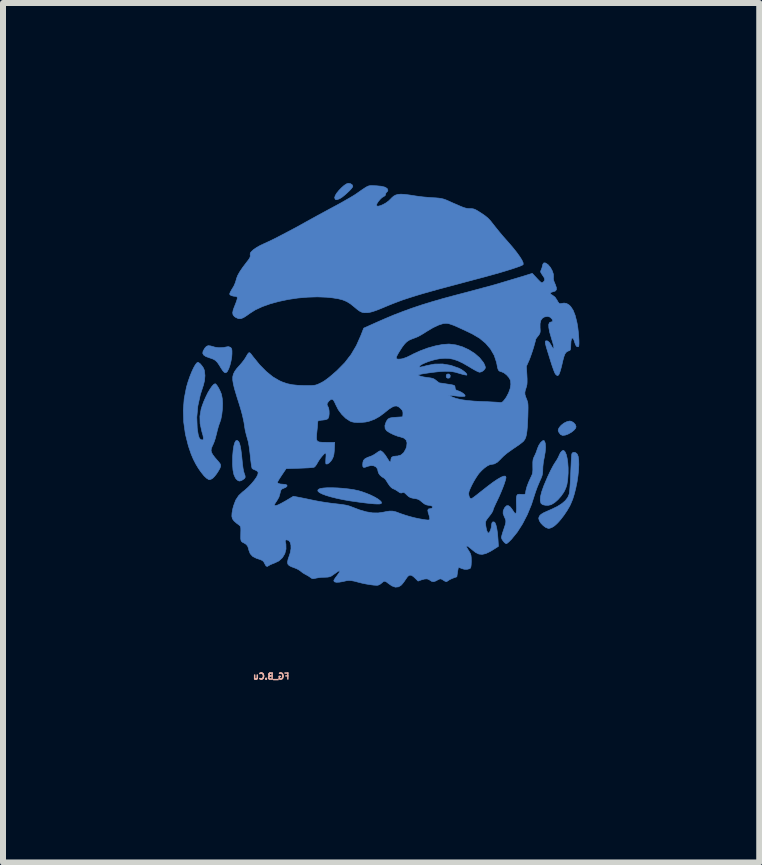
<source format=kicad_pcb>
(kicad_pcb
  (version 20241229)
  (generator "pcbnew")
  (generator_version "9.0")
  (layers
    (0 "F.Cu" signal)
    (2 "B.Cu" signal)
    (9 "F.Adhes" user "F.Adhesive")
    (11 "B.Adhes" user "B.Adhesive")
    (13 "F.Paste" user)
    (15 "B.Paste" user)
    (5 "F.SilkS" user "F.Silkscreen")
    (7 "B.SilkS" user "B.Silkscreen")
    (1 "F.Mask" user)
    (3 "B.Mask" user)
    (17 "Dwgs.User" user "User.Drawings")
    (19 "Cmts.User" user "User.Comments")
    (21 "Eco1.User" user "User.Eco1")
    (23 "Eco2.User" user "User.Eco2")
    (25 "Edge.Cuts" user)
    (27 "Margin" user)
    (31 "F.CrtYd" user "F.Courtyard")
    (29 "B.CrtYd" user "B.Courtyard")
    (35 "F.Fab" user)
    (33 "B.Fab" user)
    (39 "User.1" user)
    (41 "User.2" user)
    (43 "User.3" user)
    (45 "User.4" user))
  (footprint "FG_B.Cu"
    (layer "F.Cu")
    (at 3.351 3.167)
    (property "Reference" "FG_B.Cu" (at -1.88 5.055 180) (layer "B.SilkS") (effects (font (size 0.1 0.1) (thickness 0.025)) (justify mirror)))
    (attr board_only exclude_from_pos_files exclude_from_bom)
    (fp_poly (pts (xy 1.041 0.026) (xy 1.035 0.051) (xy 1.042 0.077) (xy 1.064 0.087) (xy 1.09 0.082) (xy 1.1 0.071) (xy 1.103 0.039) (xy 1.088 0.019) (xy 1.064 0.015) (xy 1.041 0.026)) (stroke (width 0.01) (type solid)) (fill yes) (layer "B.Cu"))
    (fp_poly (pts (xy 3.049 0.81) (xy 2.998 0.835) (xy 2.952 0.871) (xy 2.921 0.907) (xy 2.905 0.937) (xy 2.902 0.959) (xy 2.911 0.983) (xy 2.914 0.988) (xy 2.94 1.024) (xy 2.975 1.04) (xy 3.02 1.035) (xy 3.067 1.018) (xy 3.121 0.988) (xy 3.164 0.954) (xy 3.192 0.921) (xy 3.2 0.896) (xy 3.189 0.861) (xy 3.161 0.829) (xy 3.124 0.806) (xy 3.095 0.8) (xy 3.049 0.81)) (stroke (width 0.01) (type solid)) (fill yes) (layer "B.Cu"))
    (fp_poly (pts (xy -0.625 -3.153) (xy -0.665 -3.127) (xy -0.708 -3.089) (xy -0.75 -3.046) (xy -0.787 -3.001) (xy -0.813 -2.959) (xy -0.823 -2.925) (xy -0.823 -2.919) (xy -0.813 -2.894) (xy -0.789 -2.888) (xy -0.75 -2.901) (xy -0.734 -2.909) (xy -0.699 -2.931) (xy -0.658 -2.964) (xy -0.615 -3.002) (xy -0.575 -3.04) (xy -0.543 -3.075) (xy -0.524 -3.102) (xy -0.521 -3.113) (xy -0.532 -3.138) (xy -0.56 -3.156) (xy -0.594 -3.162) (xy -0.625 -3.153)) (stroke (width 0.01) (type solid)) (fill yes) (layer "B.Cu"))
    (fp_poly (pts (xy -2.47 1.129) (xy -2.488 1.16) (xy -2.503 1.212) (xy -2.515 1.287) (xy -2.523 1.381) (xy -2.524 1.404) (xy -2.525 1.521) (xy -2.518 1.618) (xy -2.502 1.695) (xy -2.477 1.75) (xy -2.463 1.768) (xy -2.433 1.794) (xy -2.407 1.801) (xy -2.375 1.791) (xy -2.353 1.778) (xy -2.325 1.758) (xy -2.314 1.736) (xy -2.318 1.706) (xy -2.331 1.671) (xy -2.34 1.639) (xy -2.35 1.589) (xy -2.358 1.529) (xy -2.363 1.482) (xy -2.374 1.371) (xy -2.385 1.284) (xy -2.397 1.218) (xy -2.409 1.172) (xy -2.423 1.143) (xy -2.425 1.14) (xy -2.449 1.123) (xy -2.47 1.129)) (stroke (width 0.01) (type solid)) (fill yes) (layer "B.Cu"))
    (fp_poly (pts (xy -0.945 1.912) (xy -1.013 1.917) (xy -1.063 1.925) (xy -1.083 1.933) (xy -1.104 1.951) (xy -1.101 1.971) (xy -1.076 1.993) (xy -1.031 2.016) (xy -0.967 2.04) (xy -0.887 2.064) (xy -0.79 2.088) (xy -0.681 2.111) (xy -0.559 2.132) (xy -0.426 2.151) (xy -0.318 2.165) (xy -0.226 2.175) (xy -0.157 2.181) (xy -0.107 2.183) (xy -0.073 2.182) (xy -0.053 2.177) (xy -0.043 2.169) (xy -0.045 2.15) (xy -0.068 2.125) (xy -0.107 2.096) (xy -0.161 2.065) (xy -0.224 2.034) (xy -0.294 2.005) (xy -0.367 1.979) (xy -0.427 1.961) (xy -0.503 1.945) (xy -0.59 1.932) (xy -0.682 1.922) (xy -0.775 1.915) (xy -0.864 1.912) (xy -0.945 1.912)) (stroke (width 0.01) (type solid)) (fill yes) (layer "B.Cu"))
    (fp_poly (pts (xy -2.959 -0.445) (xy -2.983 -0.42) (xy -2.99 -0.41) (xy -3.016 -0.365) (xy -3.022 -0.329) (xy -3.007 -0.3) (xy -2.97 -0.275) (xy -2.909 -0.253) (xy -2.894 -0.248) (xy -2.849 -0.232) (xy -2.812 -0.211) (xy -2.78 -0.179) (xy -2.747 -0.132) (xy -2.72 -0.087) (xy -2.687 -0.037) (xy -2.661 -0.01) (xy -2.639 -0.004) (xy -2.617 -0.019) (xy -2.611 -0.028) (xy -2.589 -0.07) (xy -2.568 -0.13) (xy -2.551 -0.198) (xy -2.539 -0.267) (xy -2.535 -0.32) (xy -2.535 -0.369) (xy -2.539 -0.399) (xy -2.549 -0.417) (xy -2.559 -0.427) (xy -2.589 -0.439) (xy -2.61 -0.438) (xy -2.679 -0.425) (xy -2.752 -0.422) (xy -2.819 -0.431) (xy -2.839 -0.437) (xy -2.893 -0.452) (xy -2.931 -0.456) (xy -2.959 -0.445)) (stroke (width 0.01) (type solid)) (fill yes) (layer "B.Cu"))
    (fp_poly (pts (xy 2.978 1.292) (xy 2.963 1.301) (xy 2.941 1.326) (xy 2.922 1.362) (xy 2.92 1.368) (xy 2.903 1.406) (xy 2.878 1.451) (xy 2.863 1.473) (xy 2.822 1.538) (xy 2.776 1.625) (xy 2.726 1.73) (xy 2.676 1.848) (xy 2.662 1.881) (xy 2.627 1.98) (xy 2.607 2.061) (xy 2.603 2.123) (xy 2.614 2.168) (xy 2.62 2.177) (xy 2.647 2.195) (xy 2.688 2.204) (xy 2.737 2.205) (xy 2.782 2.195) (xy 2.791 2.191) (xy 2.843 2.159) (xy 2.898 2.111) (xy 2.95 2.052) (xy 2.994 1.989) (xy 3.009 1.962) (xy 3.032 1.909) (xy 3.048 1.856) (xy 3.058 1.792) (xy 3.062 1.756) (xy 3.068 1.668) (xy 3.068 1.58) (xy 3.062 1.495) (xy 3.051 1.419) (xy 3.036 1.357) (xy 3.017 1.315) (xy 3.012 1.308) (xy 2.994 1.29) (xy 2.978 1.292)) (stroke (width 0.01) (type solid)) (fill yes) (layer "B.Cu"))
    (fp_poly (pts (xy 3.14 1.33) (xy 3.131 1.343) (xy 3.127 1.362) (xy 3.124 1.402) (xy 3.12 1.46) (xy 3.117 1.531) (xy 3.113 1.613) (xy 3.111 1.664) (xy 3.107 1.752) (xy 3.103 1.834) (xy 3.098 1.907) (xy 3.093 1.965) (xy 3.088 2.004) (xy 3.086 2.016) (xy 3.062 2.073) (xy 3.022 2.126) (xy 2.965 2.175) (xy 2.888 2.224) (xy 2.788 2.272) (xy 2.729 2.298) (xy 2.662 2.328) (xy 2.617 2.355) (xy 2.59 2.383) (xy 2.579 2.413) (xy 2.578 2.426) (xy 2.589 2.463) (xy 2.616 2.505) (xy 2.654 2.544) (xy 2.695 2.574) (xy 2.735 2.589) (xy 2.746 2.59) (xy 2.768 2.585) (xy 2.8 2.573) (xy 2.8 2.573) (xy 2.843 2.545) (xy 2.893 2.499) (xy 2.946 2.439) (xy 3 2.368) (xy 3.051 2.292) (xy 3.096 2.214) (xy 3.112 2.18) (xy 3.144 2.103) (xy 3.172 2.013) (xy 3.196 1.915) (xy 3.217 1.814) (xy 3.232 1.712) (xy 3.242 1.615) (xy 3.246 1.526) (xy 3.244 1.45) (xy 3.235 1.389) (xy 3.22 1.352) (xy 3.195 1.329) (xy 3.165 1.321) (xy 3.14 1.33)) (stroke (width 0.01) (type solid)) (fill yes) (layer "B.Cu"))
    (fp_poly (pts (xy 2.641 1.131) (xy 2.61 1.158) (xy 2.58 1.204) (xy 2.556 1.26) (xy 2.551 1.276) (xy 2.537 1.318) (xy 2.516 1.366) (xy 2.507 1.384) (xy 2.492 1.417) (xy 2.483 1.448) (xy 2.479 1.487) (xy 2.479 1.54) (xy 2.479 1.557) (xy 2.48 1.614) (xy 2.477 1.654) (xy 2.47 1.687) (xy 2.455 1.721) (xy 2.443 1.746) (xy 2.408 1.823) (xy 2.38 1.898) (xy 2.363 1.964) (xy 2.36 1.988) (xy 2.356 2.01) (xy 2.347 2.02) (xy 2.326 2.023) (xy 2.289 2.022) (xy 2.25 2.02) (xy 2.228 2.024) (xy 2.216 2.037) (xy 2.211 2.049) (xy 2.206 2.076) (xy 2.204 2.12) (xy 2.205 2.173) (xy 2.206 2.194) (xy 2.208 2.255) (xy 2.206 2.302) (xy 2.201 2.33) (xy 2.2 2.331) (xy 2.192 2.341) (xy 2.181 2.338) (xy 2.165 2.319) (xy 2.141 2.282) (xy 2.105 2.234) (xy 2.073 2.211) (xy 2.044 2.211) (xy 2.017 2.236) (xy 2.006 2.251) (xy 1.986 2.297) (xy 1.984 2.34) (xy 2.002 2.39) (xy 2.007 2.4) (xy 2.021 2.432) (xy 2.029 2.459) (xy 2.029 2.488) (xy 2.021 2.526) (xy 2.004 2.578) (xy 1.994 2.608) (xy 1.977 2.659) (xy 1.964 2.704) (xy 1.957 2.735) (xy 1.956 2.742) (xy 1.964 2.768) (xy 1.984 2.799) (xy 2.008 2.827) (xy 2.031 2.843) (xy 2.038 2.845) (xy 2.054 2.836) (xy 2.081 2.813) (xy 2.115 2.779) (xy 2.125 2.769) (xy 2.22 2.652) (xy 2.308 2.514) (xy 2.388 2.359) (xy 2.457 2.191) (xy 2.502 2.051) (xy 2.525 1.98) (xy 2.553 1.903) (xy 2.583 1.831) (xy 2.593 1.808) (xy 2.618 1.752) (xy 2.634 1.709) (xy 2.642 1.672) (xy 2.645 1.632) (xy 2.645 1.613) (xy 2.647 1.56) (xy 2.654 1.495) (xy 2.665 1.431) (xy 2.668 1.419) (xy 2.685 1.321) (xy 2.692 1.238) (xy 2.687 1.174) (xy 2.68 1.15) (xy 2.668 1.127) (xy 2.653 1.125) (xy 2.641 1.131)) (stroke (width 0.01) (type solid)) (fill yes) (layer "B.Cu"))
    (fp_poly (pts (xy -3.124 -0.166) (xy -3.148 -0.133) (xy -3.176 -0.083) (xy -3.206 -0.018) (xy -3.236 0.057) (xy -3.265 0.14) (xy -3.291 0.227) (xy -3.295 0.244) (xy -3.331 0.428) (xy -3.346 0.621) (xy -3.339 0.819) (xy -3.311 1.019) (xy -3.261 1.217) (xy -3.214 1.354) (xy -3.179 1.436) (xy -3.138 1.516) (xy -3.093 1.591) (xy -3.046 1.657) (xy -3.001 1.713) (xy -2.959 1.753) (xy -2.924 1.775) (xy -2.909 1.778) (xy -2.883 1.77) (xy -2.855 1.753) (xy -2.826 1.724) (xy -2.792 1.681) (xy -2.761 1.633) (xy -2.736 1.589) (xy -2.725 1.559) (xy -2.724 1.534) (xy -2.734 1.509) (xy -2.76 1.477) (xy -2.766 1.47) (xy -2.818 1.41) (xy -2.854 1.363) (xy -2.875 1.325) (xy -2.883 1.291) (xy -2.878 1.256) (xy -2.862 1.216) (xy -2.85 1.192) (xy -2.832 1.149) (xy -2.813 1.092) (xy -2.797 1.03) (xy -2.792 1.012) (xy -2.778 0.953) (xy -2.762 0.896) (xy -2.748 0.852) (xy -2.743 0.841) (xy -2.72 0.773) (xy -2.704 0.689) (xy -2.694 0.598) (xy -2.691 0.507) (xy -2.697 0.424) (xy -2.71 0.356) (xy -2.712 0.349) (xy -2.731 0.303) (xy -2.754 0.256) (xy -2.778 0.216) (xy -2.8 0.188) (xy -2.815 0.178) (xy -2.838 0.189) (xy -2.868 0.221) (xy -2.901 0.269) (xy -2.937 0.329) (xy -2.971 0.399) (xy -3.004 0.473) (xy -3.032 0.548) (xy -3.049 0.603) (xy -3.069 0.721) (xy -3.066 0.842) (xy -3.038 0.969) (xy -3.036 0.978) (xy -3.018 1.04) (xy -3.011 1.082) (xy -3.013 1.106) (xy -3.026 1.116) (xy -3.038 1.115) (xy -3.062 1.105) (xy -3.081 1.079) (xy -3.096 1.034) (xy -3.107 0.969) (xy -3.114 0.919) (xy -3.121 0.738) (xy -3.104 0.551) (xy -3.062 0.36) (xy -3.011 0.203) (xy -2.992 0.126) (xy -2.985 0.043) (xy -2.993 -0.034) (xy -2.997 -0.051) (xy -3.013 -0.088) (xy -3.039 -0.125) (xy -3.067 -0.157) (xy -3.094 -0.176) (xy -3.104 -0.178) (xy -3.124 -0.166)) (stroke (width 0.01) (type solid)) (fill yes) (layer "B.Cu"))
    (fp_poly (pts (xy -0.239 -3.122) (xy -0.264 -3.116) (xy -0.291 -3.103) (xy -0.325 -3.082) (xy -0.37 -3.052) (xy -0.43 -3.01) (xy -0.461 -2.988) (xy -0.501 -2.962) (xy -0.559 -2.927) (xy -0.629 -2.887) (xy -0.707 -2.842) (xy -0.789 -2.797) (xy -0.821 -2.78) (xy -0.914 -2.73) (xy -1.015 -2.675) (xy -1.117 -2.62) (xy -1.213 -2.567) (xy -1.294 -2.522) (xy -1.302 -2.518) (xy -1.436 -2.443) (xy -1.567 -2.373) (xy -1.691 -2.308) (xy -1.804 -2.249) (xy -1.904 -2.2) (xy -1.987 -2.162) (xy -2.011 -2.151) (xy -2.068 -2.124) (xy -2.124 -2.092) (xy -2.169 -2.062) (xy -2.18 -2.053) (xy -2.213 -2.022) (xy -2.229 -2) (xy -2.232 -1.978) (xy -2.23 -1.967) (xy -2.23 -1.944) (xy -2.238 -1.92) (xy -2.259 -1.887) (xy -2.287 -1.851) (xy -2.354 -1.763) (xy -2.404 -1.689) (xy -2.439 -1.627) (xy -2.459 -1.575) (xy -2.463 -1.558) (xy -2.478 -1.508) (xy -2.499 -1.458) (xy -2.508 -1.441) (xy -2.54 -1.389) (xy -2.56 -1.353) (xy -2.57 -1.33) (xy -2.573 -1.316) (xy -2.569 -1.307) (xy -2.565 -1.302) (xy -2.544 -1.29) (xy -2.509 -1.281) (xy -2.498 -1.28) (xy -2.464 -1.276) (xy -2.449 -1.267) (xy -2.446 -1.249) (xy -2.446 -1.245) (xy -2.452 -1.218) (xy -2.466 -1.177) (xy -2.485 -1.128) (xy -2.49 -1.116) (xy -2.514 -1.053) (xy -2.523 -1.005) (xy -2.517 -0.97) (xy -2.495 -0.942) (xy -2.473 -0.927) (xy -2.427 -0.906) (xy -2.385 -0.906) (xy -2.343 -0.923) (xy -2.312 -0.942) (xy -2.271 -0.97) (xy -2.241 -0.992) (xy -2.147 -1.052) (xy -2.031 -1.106) (xy -1.899 -1.153) (xy -1.753 -1.193) (xy -1.597 -1.226) (xy -1.436 -1.25) (xy -1.273 -1.264) (xy -1.111 -1.269) (xy -0.955 -1.263) (xy -0.86 -1.253) (xy -0.764 -1.238) (xy -0.687 -1.218) (xy -0.622 -1.191) (xy -0.562 -1.154) (xy -0.502 -1.106) (xy -0.447 -1.06) (xy -0.405 -1.03) (xy -0.367 -1.012) (xy -0.329 -1.005) (xy -0.284 -1.006) (xy -0.273 -1.006) (xy -0.235 -1.012) (xy -0.189 -1.024) (xy -0.133 -1.043) (xy -0.061 -1.071) (xy 0.013 -1.102) (xy 0.085 -1.132) (xy 0.155 -1.16) (xy 0.226 -1.187) (xy 0.298 -1.214) (xy 0.376 -1.24) (xy 0.46 -1.267) (xy 0.553 -1.296) (xy 0.657 -1.327) (xy 0.774 -1.36) (xy 0.906 -1.397) (xy 1.056 -1.437) (xy 1.225 -1.482) (xy 1.415 -1.533) (xy 1.505 -1.557) (xy 1.66 -1.598) (xy 1.802 -1.637) (xy 1.93 -1.673) (xy 2.043 -1.707) (xy 2.139 -1.737) (xy 2.216 -1.763) (xy 2.273 -1.784) (xy 2.308 -1.8) (xy 2.319 -1.809) (xy 2.318 -1.837) (xy 2.298 -1.882) (xy 2.261 -1.941) (xy 2.209 -2.013) (xy 2.14 -2.099) (xy 2.057 -2.195) (xy 2.033 -2.222) (xy 1.979 -2.283) (xy 1.923 -2.35) (xy 1.871 -2.414) (xy 1.829 -2.467) (xy 1.822 -2.476) (xy 1.774 -2.537) (xy 1.73 -2.583) (xy 1.681 -2.623) (xy 1.642 -2.65) (xy 1.585 -2.687) (xy 1.544 -2.712) (xy 1.513 -2.728) (xy 1.487 -2.736) (xy 1.46 -2.74) (xy 1.428 -2.74) (xy 1.404 -2.741) (xy 1.381 -2.744) (xy 1.354 -2.75) (xy 1.32 -2.761) (xy 1.277 -2.778) (xy 1.22 -2.803) (xy 1.145 -2.835) (xy 1.079 -2.865) (xy 1.033 -2.885) (xy 0.994 -2.899) (xy 0.956 -2.908) (xy 0.912 -2.915) (xy 0.854 -2.92) (xy 0.806 -2.922) (xy 0.73 -2.928) (xy 0.65 -2.935) (xy 0.577 -2.944) (xy 0.527 -2.951) (xy 0.425 -2.967) (xy 0.344 -2.977) (xy 0.281 -2.981) (xy 0.232 -2.977) (xy 0.193 -2.966) (xy 0.16 -2.948) (xy 0.129 -2.921) (xy 0.113 -2.904) (xy 0.076 -2.868) (xy 0.033 -2.836) (xy -0.013 -2.81) (xy -0.056 -2.791) (xy -0.093 -2.781) (xy -0.118 -2.783) (xy -0.127 -2.798) (xy -0.118 -2.824) (xy -0.096 -2.859) (xy -0.066 -2.894) (xy -0.035 -2.924) (xy -0.011 -2.938) (xy 0.018 -2.957) (xy 0.025 -2.98) (xy 0.033 -3.005) (xy 0.044 -3.014) (xy 0.06 -3.032) (xy 0.064 -3.047) (xy 0.051 -3.076) (xy 0.015 -3.098) (xy -0.046 -3.113) (xy -0.13 -3.121) (xy -0.14 -3.121) (xy -0.181 -3.123) (xy -0.213 -3.124) (xy -0.239 -3.122)) (stroke (width 0.01) (type solid)) (fill yes) (layer "B.Cu"))
    (fp_poly (pts (xy 2.647 -1.814) (xy 2.641 -1.791) (xy 2.631 -1.751) (xy 2.617 -1.716) (xy 2.617 -1.716) (xy 2.609 -1.696) (xy 2.612 -1.677) (xy 2.628 -1.65) (xy 2.64 -1.632) (xy 2.668 -1.59) (xy 2.678 -1.561) (xy 2.672 -1.537) (xy 2.654 -1.517) (xy 2.641 -1.507) (xy 2.629 -1.504) (xy 2.614 -1.512) (xy 2.59 -1.534) (xy 2.555 -1.57) (xy 2.549 -1.577) (xy 2.47 -1.661) (xy 2.33 -1.617) (xy 1.853 -1.474) (xy 1.397 -1.351) (xy 1.175 -1.293) (xy 0.975 -1.239) (xy 0.793 -1.186) (xy 0.624 -1.134) (xy 0.466 -1.081) (xy 0.315 -1.026) (xy 0.167 -0.969) (xy 0.019 -0.907) (xy -0.127 -0.843) (xy -0.339 -0.748) (xy -0.387 -0.625) (xy -0.461 -0.458) (xy -0.549 -0.309) (xy -0.653 -0.174) (xy -0.778 -0.047) (xy -0.792 -0.034) (xy -0.863 0.028) (xy -0.92 0.076) (xy -0.968 0.112) (xy -1.01 0.141) (xy -1.053 0.164) (xy -1.075 0.175) (xy -1.107 0.189) (xy -1.135 0.199) (xy -1.166 0.205) (xy -1.205 0.208) (xy -1.258 0.209) (xy -1.321 0.209) (xy -1.435 0.205) (xy -1.531 0.195) (xy -1.616 0.177) (xy -1.697 0.149) (xy -1.748 0.126) (xy -1.855 0.063) (xy -1.963 -0.025) (xy -2.074 -0.137) (xy -2.185 -0.274) (xy -2.191 -0.282) (xy -2.219 -0.319) (xy -2.238 -0.338) (xy -2.254 -0.338) (xy -2.271 -0.319) (xy -2.295 -0.279) (xy -2.305 -0.261) (xy -2.331 -0.221) (xy -2.368 -0.173) (xy -2.409 -0.125) (xy -2.416 -0.118) (xy -2.459 -0.069) (xy -2.49 -0.025) (xy -2.511 0.018) (xy -2.522 0.064) (xy -2.522 0.118) (xy -2.512 0.182) (xy -2.493 0.261) (xy -2.464 0.358) (xy -2.451 0.401) (xy -2.414 0.517) (xy -2.385 0.613) (xy -2.363 0.694) (xy -2.347 0.763) (xy -2.334 0.826) (xy -2.325 0.885) (xy -2.325 0.889) (xy -2.314 0.954) (xy -2.297 1.025) (xy -2.281 1.081) (xy -2.263 1.146) (xy -2.248 1.229) (xy -2.235 1.333) (xy -2.23 1.377) (xy -2.223 1.446) (xy -2.215 1.507) (xy -2.208 1.555) (xy -2.201 1.585) (xy -2.198 1.592) (xy -2.177 1.605) (xy -2.145 1.618) (xy -2.143 1.619) (xy -2.109 1.638) (xy -2.098 1.66) (xy -2.104 1.692) (xy -2.126 1.737) (xy -2.163 1.789) (xy -2.21 1.846) (xy -2.264 1.902) (xy -2.323 1.955) (xy -2.359 1.983) (xy -2.423 2.043) (xy -2.472 2.117) (xy -2.507 2.21) (xy -2.521 2.262) (xy -2.534 2.333) (xy -2.537 2.387) (xy -2.527 2.429) (xy -2.501 2.465) (xy -2.458 2.503) (xy -2.419 2.532) (xy -2.402 2.546) (xy -2.392 2.561) (xy -2.388 2.586) (xy -2.387 2.625) (xy -2.388 2.653) (xy -2.389 2.717) (xy -2.389 2.76) (xy -2.385 2.788) (xy -2.377 2.806) (xy -2.362 2.819) (xy -2.34 2.83) (xy -2.337 2.832) (xy -2.298 2.856) (xy -2.274 2.885) (xy -2.259 2.926) (xy -2.254 2.951) (xy -2.231 3.011) (xy -2.189 3.057) (xy -2.126 3.089) (xy -2.11 3.094) (xy -2.059 3.111) (xy -2.025 3.127) (xy -2.004 3.149) (xy -1.987 3.181) (xy -1.985 3.185) (xy -1.967 3.216) (xy -1.946 3.224) (xy -1.92 3.209) (xy -1.919 3.208) (xy -1.896 3.195) (xy -1.858 3.179) (xy -1.829 3.168) (xy -1.753 3.132) (xy -1.694 3.078) (xy -1.654 3.011) (xy -1.634 2.934) (xy -1.636 2.85) (xy -1.646 2.81) (xy -1.648 2.789) (xy -1.633 2.782) (xy -1.621 2.781) (xy -1.587 2.792) (xy -1.564 2.823) (xy -1.552 2.869) (xy -1.551 2.928) (xy -1.563 2.994) (xy -1.576 3.035) (xy -1.599 3.102) (xy -1.609 3.15) (xy -1.604 3.184) (xy -1.582 3.209) (xy -1.543 3.229) (xy -1.499 3.245) (xy -1.452 3.264) (xy -1.409 3.288) (xy -1.391 3.302) (xy -1.353 3.332) (xy -1.312 3.356) (xy -1.308 3.358) (xy -1.267 3.38) (xy -1.23 3.405) (xy -1.229 3.406) (xy -1.205 3.423) (xy -1.183 3.428) (xy -1.152 3.423) (xy -1.136 3.419) (xy -1.092 3.411) (xy -1.037 3.405) (xy -0.992 3.404) (xy -0.942 3.402) (xy -0.908 3.396) (xy -0.877 3.383) (xy -0.843 3.359) (xy -0.805 3.333) (xy -0.774 3.311) (xy -0.759 3.302) (xy -0.74 3.295) (xy -0.738 3.305) (xy -0.751 3.331) (xy -0.779 3.37) (xy -0.787 3.381) (xy -0.814 3.417) (xy -0.832 3.447) (xy -0.838 3.462) (xy -0.827 3.48) (xy -0.795 3.488) (xy -0.746 3.486) (xy -0.682 3.475) (xy -0.678 3.474) (xy -0.628 3.462) (xy -0.586 3.458) (xy -0.545 3.46) (xy -0.496 3.469) (xy -0.432 3.486) (xy -0.369 3.502) (xy -0.301 3.516) (xy -0.234 3.527) (xy -0.174 3.535) (xy -0.127 3.538) (xy -0.102 3.537) (xy -0.068 3.522) (xy -0.037 3.498) (xy -0.01 3.475) (xy 0.014 3.47) (xy 0.042 3.484) (xy 0.066 3.503) (xy 0.13 3.548) (xy 0.188 3.569) (xy 0.24 3.564) (xy 0.281 3.54) (xy 0.306 3.514) (xy 0.336 3.475) (xy 0.36 3.439) (xy 0.393 3.392) (xy 0.422 3.37) (xy 0.452 3.37) (xy 0.487 3.391) (xy 0.515 3.417) (xy 0.567 3.468) (xy 0.621 3.448) (xy 0.677 3.433) (xy 0.718 3.431) (xy 0.752 3.445) (xy 0.765 3.454) (xy 0.797 3.474) (xy 0.827 3.478) (xy 0.864 3.465) (xy 0.889 3.451) (xy 0.923 3.434) (xy 0.945 3.431) (xy 0.965 3.439) (xy 0.997 3.459) (xy 1.015 3.47) (xy 1.038 3.478) (xy 1.059 3.467) (xy 1.065 3.463) (xy 1.091 3.445) (xy 1.131 3.426) (xy 1.151 3.418) (xy 1.213 3.396) (xy 1.224 3.321) (xy 1.231 3.28) (xy 1.237 3.25) (xy 1.24 3.24) (xy 1.252 3.242) (xy 1.279 3.252) (xy 1.29 3.257) (xy 1.336 3.271) (xy 1.384 3.272) (xy 1.424 3.262) (xy 1.44 3.251) (xy 1.447 3.232) (xy 1.452 3.195) (xy 1.454 3.146) (xy 1.454 3.133) (xy 1.453 3.079) (xy 1.449 3.041) (xy 1.44 3.011) (xy 1.423 2.98) (xy 1.413 2.964) (xy 1.391 2.929) (xy 1.376 2.902) (xy 1.372 2.891) (xy 1.38 2.882) (xy 1.403 2.893) (xy 1.441 2.922) (xy 1.469 2.946) (xy 1.526 2.991) (xy 1.58 3.017) (xy 1.635 3.023) (xy 1.696 3.009) (xy 1.766 2.976) (xy 1.808 2.951) (xy 1.906 2.889) (xy 1.899 2.769) (xy 1.891 2.672) (xy 1.879 2.593) (xy 1.865 2.533) (xy 1.849 2.495) (xy 1.838 2.484) (xy 1.814 2.48) (xy 1.798 2.498) (xy 1.791 2.536) (xy 1.791 2.544) (xy 1.786 2.578) (xy 1.775 2.616) (xy 1.76 2.648) (xy 1.745 2.666) (xy 1.74 2.667) (xy 1.725 2.655) (xy 1.71 2.621) (xy 1.699 2.568) (xy 1.694 2.536) (xy 1.691 2.503) (xy 1.693 2.478) (xy 1.703 2.454) (xy 1.724 2.424) (xy 1.751 2.39) (xy 1.782 2.35) (xy 1.805 2.314) (xy 1.816 2.291) (xy 1.816 2.287) (xy 1.822 2.267) (xy 1.833 2.239) (xy 0.81 2.239) (xy 0.796 2.254) (xy 0.767 2.261) (xy 0.74 2.266) (xy 0.729 2.285) (xy 0.734 2.321) (xy 0.743 2.348) (xy 0.755 2.388) (xy 0.761 2.421) (xy 0.762 2.429) (xy 0.76 2.443) (xy 0.75 2.449) (xy 0.726 2.45) (xy 0.687 2.446) (xy 0.641 2.439) (xy 0.58 2.428) (xy 0.515 2.414) (xy 0.486 2.407) (xy 0.418 2.389) (xy 0.346 2.367) (xy 0.281 2.345) (xy 0.262 2.338) (xy 0.198 2.314) (xy 0.145 2.302) (xy 0.093 2.301) (xy 0.033 2.31) (xy -0.009 2.319) (xy -0.098 2.332) (xy -0.191 2.331) (xy -0.293 2.314) (xy -0.406 2.282) (xy -0.535 2.233) (xy -0.54 2.231) (xy -0.583 2.215) (xy -0.636 2.202) (xy -0.703 2.191) (xy -0.788 2.181) (xy -0.806 2.179) (xy -0.891 2.169) (xy -0.982 2.156) (xy -1.07 2.142) (xy -1.144 2.128) (xy -1.149 2.127) (xy -1.222 2.112) (xy -1.297 2.096) (xy -1.366 2.082) (xy -1.406 2.074) (xy -1.511 2.054) (xy -1.642 2.132) (xy -1.716 2.173) (xy -1.771 2.2) (xy -1.808 2.21) (xy -1.826 2.206) (xy -1.824 2.186) (xy -1.802 2.151) (xy -1.789 2.133) (xy -1.752 2.069) (xy -1.735 2.01) (xy -1.725 1.968) (xy -1.714 1.944) (xy -1.697 1.93) (xy -1.679 1.923) (xy -1.637 1.905) (xy -1.617 1.885) (xy -1.619 1.868) (xy -1.643 1.857) (xy -1.674 1.854) (xy -1.726 1.85) (xy -1.762 1.841) (xy -1.777 1.827) (xy -1.778 1.824) (xy -1.771 1.808) (xy -1.753 1.776) (xy -1.726 1.734) (xy -1.705 1.702) (xy -1.632 1.594) (xy -1.41 1.587) (xy -1.336 1.584) (xy -1.269 1.581) (xy -1.216 1.577) (xy -1.179 1.573) (xy -1.165 1.57) (xy -1.146 1.553) (xy -1.123 1.521) (xy -1.112 1.5) (xy -1.088 1.46) (xy -1.058 1.417) (xy -1.027 1.379) (xy -0.999 1.349) (xy -0.979 1.334) (xy -0.975 1.333) (xy -0.968 1.346) (xy -0.967 1.382) (xy -0.97 1.422) (xy -0.972 1.466) (xy -0.972 1.5) (xy -0.968 1.516) (xy -0.968 1.516) (xy -0.945 1.516) (xy -0.916 1.499) (xy -0.886 1.468) (xy -0.864 1.435) (xy -0.847 1.398) (xy -0.836 1.356) (xy -0.83 1.302) (xy -0.828 1.267) (xy -0.822 1.156) (xy -0.955 1.156) (xy -1.026 1.155) (xy -1.075 1.151) (xy -1.106 1.14) (xy -1.122 1.118) (xy -1.127 1.082) (xy -1.124 1.026) (xy -1.119 0.976) (xy -1.113 0.916) (xy -1.109 0.865) (xy -1.106 0.827) (xy -1.105 0.81) (xy -1.099 0.798) (xy -1.077 0.791) (xy -1.036 0.785) (xy -1.027 0.785) (xy -0.976 0.778) (xy -0.945 0.767) (xy -0.932 0.755) (xy -0.92 0.725) (xy -0.915 0.68) (xy -0.916 0.631) (xy -0.923 0.588) (xy -0.933 0.564) (xy -0.95 0.532) (xy -0.946 0.502) (xy -0.92 0.469) (xy -0.914 0.463) (xy -0.886 0.441) (xy -0.863 0.437) (xy -0.843 0.453) (xy -0.822 0.49) (xy -0.807 0.524) (xy -0.763 0.611) (xy -0.705 0.689) (xy -0.639 0.754) (xy -0.569 0.8) (xy -0.542 0.812) (xy -0.499 0.821) (xy -0.44 0.825) (xy -0.374 0.823) (xy -0.309 0.817) (xy -0.254 0.805) (xy -0.253 0.805) (xy -0.16 0.771) (xy -0.076 0.724) (xy 0.009 0.661) (xy 0.014 0.656) (xy 0.08 0.603) (xy 0.133 0.569) (xy 0.175 0.551) (xy 0.212 0.55) (xy 0.245 0.565) (xy 0.275 0.59) (xy 0.303 0.621) (xy 0.314 0.648) (xy 0.315 0.682) (xy 0.315 0.682) (xy 0.311 0.73) (xy 0.202 0.737) (xy 0.14 0.742) (xy 0.098 0.75) (xy 0.069 0.765) (xy 0.049 0.789) (xy 0.033 0.818) (xy 0.014 0.877) (xy 0.018 0.925) (xy 0.043 0.962) (xy 0.046 0.964) (xy 0.095 0.996) (xy 0.158 1.027) (xy 0.223 1.052) (xy 0.275 1.066) (xy 0.332 1.085) (xy 0.368 1.117) (xy 0.383 1.163) (xy 0.377 1.222) (xy 0.362 1.267) (xy 0.327 1.328) (xy 0.281 1.367) (xy 0.222 1.384) (xy 0.205 1.384) (xy 0.156 1.389) (xy 0.127 1.404) (xy 0.115 1.433) (xy 0.114 1.45) (xy 0.111 1.478) (xy 0.099 1.483) (xy 0.081 1.463) (xy 0.057 1.426) (xy 0.023 1.372) (xy -0.011 1.33) (xy -0.041 1.303) (xy -0.061 1.295) (xy -0.081 1.303) (xy -0.111 1.322) (xy -0.127 1.334) (xy -0.166 1.36) (xy -0.206 1.381) (xy -0.218 1.386) (xy -0.279 1.408) (xy -0.319 1.43) (xy -0.343 1.456) (xy -0.353 1.491) (xy -0.356 1.531) (xy -0.353 1.56) (xy -0.341 1.573) (xy -0.316 1.571) (xy -0.273 1.555) (xy -0.273 1.555) (xy -0.218 1.542) (xy -0.169 1.547) (xy -0.131 1.568) (xy -0.107 1.603) (xy -0.102 1.633) (xy -0.092 1.667) (xy -0.067 1.703) (xy -0.034 1.732) (xy -0.018 1.74) (xy 0.01 1.759) (xy 0.033 1.787) (xy 0.07 1.846) (xy 0.099 1.886) (xy 0.123 1.911) (xy 0.145 1.926) (xy 0.154 1.929) (xy 0.188 1.945) (xy 0.226 1.969) (xy 0.234 1.975) (xy 0.265 1.996) (xy 0.287 2) (xy 0.303 1.995) (xy 0.321 1.989) (xy 0.34 1.996) (xy 0.365 2.018) (xy 0.378 2.031) (xy 0.412 2.061) (xy 0.444 2.078) (xy 0.486 2.088) (xy 0.502 2.09) (xy 0.551 2.099) (xy 0.588 2.115) (xy 0.625 2.144) (xy 0.63 2.149) (xy 0.672 2.182) (xy 0.71 2.199) (xy 0.738 2.204) (xy 0.774 2.209) (xy 0.799 2.218) (xy 0.803 2.221) (xy 0.81 2.239) (xy 1.833 2.239) (xy 1.837 2.231) (xy 1.859 2.182) (xy 1.886 2.126) (xy 1.886 2.126) (xy 1.918 2.058) (xy 1.949 1.986) (xy 1.978 1.915) (xy 2.003 1.848) (xy 2.021 1.792) (xy 2.031 1.751) (xy 2.032 1.738) (xy 2.023 1.719) (xy 1.997 1.718) (xy 1.953 1.735) (xy 1.893 1.769) (xy 1.817 1.82) (xy 1.725 1.889) (xy 1.617 1.974) (xy 1.594 1.992) (xy 1.545 2.031) (xy 1.503 2.063) (xy 1.47 2.086) (xy 1.453 2.095) (xy 1.452 2.095) (xy 1.432 2.084) (xy 1.417 2.055) (xy 1.41 2.014) (xy 1.41 2.008) (xy 1.416 1.975) (xy 1.435 1.927) (xy 1.462 1.869) (xy 1.495 1.807) (xy 1.531 1.747) (xy 1.567 1.693) (xy 1.581 1.674) (xy 1.626 1.625) (xy 1.675 1.581) (xy 1.723 1.547) (xy 1.765 1.527) (xy 1.785 1.524) (xy 1.837 1.515) (xy 1.889 1.486) (xy 1.942 1.435) (xy 1.949 1.427) (xy 1.993 1.383) (xy 2.054 1.332) (xy 2.127 1.28) (xy 2.151 1.263) (xy 2.207 1.225) (xy 2.259 1.189) (xy 2.299 1.158) (xy 2.325 1.136) (xy 2.326 1.134) (xy 2.345 1.108) (xy 2.361 1.074) (xy 2.373 1.027) (xy 2.382 0.965) (xy 2.389 0.886) (xy 2.394 0.786) (xy 2.397 0.724) (xy 2.399 0.641) (xy 2.4 0.579) (xy 2.399 0.533) (xy 2.396 0.5) (xy 2.39 0.475) (xy 2.382 0.453) (xy 2.382 0.451) (xy 2.36 0.397) (xy 2.348 0.357) (xy 2.347 0.323) (xy 2.354 0.286) (xy 2.364 0.257) (xy 2.375 0.221) (xy 2.382 0.188) (xy 2.382 0.188) (xy 2.113 0.188) (xy 2.102 0.258) (xy 2.075 0.333) (xy 2.036 0.406) (xy 1.999 0.456) (xy 1.973 0.483) (xy 1.949 0.492) (xy 1.925 0.491) (xy 1.9 0.488) (xy 1.854 0.485) (xy 1.793 0.482) (xy 1.722 0.478) (xy 1.657 0.476) (xy 1.509 0.469) (xy 1.384 0.458) (xy 1.281 0.443) (xy 1.199 0.423) (xy 1.137 0.4) (xy 1.137 0.4) (xy 1.073 0.369) (xy 1.124 0.375) (xy 1.211 0.384) (xy 1.274 0.39) (xy 1.318 0.391) (xy 1.343 0.388) (xy 1.351 0.383) (xy 1.348 0.368) (xy 1.327 0.346) (xy 1.295 0.324) (xy 1.258 0.305) (xy 1.232 0.296) (xy 1.201 0.284) (xy 1.187 0.265) (xy 1.184 0.244) (xy 1.182 0.227) (xy 1.178 0.215) (xy 1.168 0.207) (xy 1.148 0.2) (xy 1.113 0.193) (xy 1.06 0.185) (xy 1.016 0.178) (xy 0.972 0.171) (xy 0.939 0.167) (xy 0.924 0.165) (xy 0.91 0.157) (xy 0.885 0.138) (xy 0.87 0.126) (xy 0.843 0.105) (xy 0.815 0.091) (xy 0.777 0.082) (xy 0.723 0.075) (xy 0.663 0.066) (xy 0.616 0.056) (xy 0.585 0.045) (xy 0.573 0.035) (xy 0.574 0.031) (xy 0.592 0.024) (xy 0.629 0.016) (xy 0.682 0.007) (xy 0.745 -0.002) (xy 0.812 -0.011) (xy 0.88 -0.019) (xy 0.942 -0.025) (xy 0.994 -0.028) (xy 1.01 -0.029) (xy 1.079 -0.028) (xy 1.135 -0.023) (xy 1.189 -0.013) (xy 1.254 0.006) (xy 1.254 0.006) (xy 1.305 0.021) (xy 1.347 0.031) (xy 1.374 0.035) (xy 1.38 0.034) (xy 1.379 0.019) (xy 1.361 -0.004) (xy 1.329 -0.031) (xy 1.29 -0.058) (xy 1.246 -0.081) (xy 1.246 -0.081) (xy 1.112 -0.128) (xy 0.976 -0.151) (xy 0.84 -0.149) (xy 0.707 -0.123) (xy 0.704 -0.122) (xy 0.656 -0.109) (xy 0.618 -0.101) (xy 0.595 -0.098) (xy 0.592 -0.099) (xy 0.587 -0.111) (xy 0.604 -0.128) (xy 0.637 -0.148) (xy 0.683 -0.169) (xy 0.739 -0.191) (xy 0.8 -0.21) (xy 0.863 -0.227) (xy 0.924 -0.238) (xy 0.938 -0.24) (xy 1.015 -0.246) (xy 1.087 -0.243) (xy 1.157 -0.229) (xy 1.231 -0.204) (xy 1.313 -0.165) (xy 1.407 -0.111) (xy 1.453 -0.083) (xy 1.503 -0.054) (xy 1.548 -0.03) (xy 1.581 -0.016) (xy 1.594 -0.013) (xy 1.629 -0.022) (xy 1.661 -0.045) (xy 1.684 -0.074) (xy 1.689 -0.094) (xy 1.682 -0.12) (xy 1.666 -0.157) (xy 1.653 -0.179) (xy 1.591 -0.256) (xy 1.509 -0.327) (xy 1.412 -0.388) (xy 1.308 -0.436) (xy 1.2 -0.468) (xy 1.094 -0.482) (xy 1.077 -0.483) (xy 0.972 -0.475) (xy 0.854 -0.452) (xy 0.729 -0.417) (xy 0.603 -0.37) (xy 0.482 -0.315) (xy 0.451 -0.298) (xy 0.374 -0.261) (xy 0.31 -0.239) (xy 0.284 -0.234) (xy 0.239 -0.231) (xy 0.213 -0.235) (xy 0.203 -0.249) (xy 0.209 -0.276) (xy 0.231 -0.318) (xy 0.258 -0.363) (xy 0.303 -0.433) (xy 0.342 -0.484) (xy 0.378 -0.52) (xy 0.416 -0.546) (xy 0.461 -0.566) (xy 0.471 -0.57) (xy 0.523 -0.589) (xy 0.57 -0.609) (xy 0.617 -0.635) (xy 0.673 -0.669) (xy 0.712 -0.694) (xy 0.818 -0.757) (xy 0.91 -0.8) (xy 0.986 -0.824) (xy 1.029 -0.828) (xy 1.054 -0.827) (xy 1.084 -0.821) (xy 1.121 -0.809) (xy 1.168 -0.792) (xy 1.227 -0.766) (xy 1.301 -0.732) (xy 1.393 -0.689) (xy 1.473 -0.65) (xy 1.592 -0.58) (xy 1.693 -0.496) (xy 1.775 -0.4) (xy 1.836 -0.294) (xy 1.874 -0.179) (xy 1.881 -0.146) (xy 1.891 -0.091) (xy 1.902 -0.057) (xy 1.916 -0.036) (xy 1.937 -0.026) (xy 1.956 -0.021) (xy 1.998 -0.003) (xy 2.043 0.032) (xy 2.081 0.075) (xy 2.106 0.12) (xy 2.108 0.127) (xy 2.113 0.188) (xy 2.382 0.188) (xy 2.384 0.149) (xy 2.384 0.098) (xy 2.381 0.037) (xy 2.372 -0.111) (xy 2.418 -0.214) (xy 2.434 -0.255) (xy 2.453 -0.308) (xy 2.474 -0.369) (xy 2.493 -0.43) (xy 2.509 -0.486) (xy 2.521 -0.531) (xy 2.527 -0.56) (xy 2.527 -0.563) (xy 2.535 -0.575) (xy 2.553 -0.6) (xy 2.567 -0.617) (xy 2.588 -0.646) (xy 2.599 -0.67) (xy 2.603 -0.7) (xy 2.601 -0.744) (xy 2.6 -0.751) (xy 2.6 -0.823) (xy 2.612 -0.876) (xy 2.638 -0.913) (xy 2.672 -0.934) (xy 2.724 -0.944) (xy 2.768 -0.931) (xy 2.799 -0.9) (xy 2.812 -0.871) (xy 2.804 -0.855) (xy 2.782 -0.851) (xy 2.757 -0.84) (xy 2.744 -0.809) (xy 2.746 -0.756) (xy 2.76 -0.681) (xy 2.788 -0.585) (xy 2.788 -0.583) (xy 2.81 -0.513) (xy 2.824 -0.459) (xy 2.829 -0.423) (xy 2.828 -0.406) (xy 2.818 -0.409) (xy 2.8 -0.435) (xy 2.79 -0.454) (xy 2.758 -0.506) (xy 2.727 -0.534) (xy 2.699 -0.537) (xy 2.692 -0.533) (xy 2.687 -0.525) (xy 2.687 -0.509) (xy 2.692 -0.48) (xy 2.703 -0.436) (xy 2.722 -0.373) (xy 2.742 -0.309) (xy 2.772 -0.212) (xy 2.796 -0.136) (xy 2.816 -0.079) (xy 2.831 -0.038) (xy 2.843 -0.008) (xy 2.853 0.012) (xy 2.863 0.025) (xy 2.87 0.031) (xy 2.888 0.044) (xy 2.903 0.037) (xy 2.912 0.029) (xy 2.922 0.008) (xy 2.936 -0.032) (xy 2.951 -0.085) (xy 2.964 -0.137) (xy 2.982 -0.215) (xy 2.998 -0.273) (xy 3.013 -0.313) (xy 3.03 -0.34) (xy 3.051 -0.358) (xy 3.078 -0.37) (xy 3.089 -0.373) (xy 3.101 -0.382) (xy 3.108 -0.4) (xy 3.111 -0.436) (xy 3.112 -0.466) (xy 3.115 -0.526) (xy 3.123 -0.565) (xy 3.135 -0.583) (xy 3.15 -0.578) (xy 3.165 -0.55) (xy 3.176 -0.514) (xy 3.193 -0.467) (xy 3.213 -0.44) (xy 3.235 -0.437) (xy 3.24 -0.439) (xy 3.246 -0.456) (xy 3.249 -0.493) (xy 3.248 -0.546) (xy 3.244 -0.609) (xy 3.238 -0.679) (xy 3.23 -0.751) (xy 3.219 -0.819) (xy 3.213 -0.85) (xy 3.185 -0.961) (xy 3.151 -1.047) (xy 3.11 -1.109) (xy 3.081 -1.136) (xy 3.042 -1.159) (xy 3 -1.166) (xy 2.947 -1.158) (xy 2.934 -1.155) (xy 2.917 -1.162) (xy 2.894 -1.193) (xy 2.884 -1.213) (xy 2.85 -1.264) (xy 2.812 -1.293) (xy 2.81 -1.295) (xy 2.778 -1.314) (xy 2.771 -1.332) (xy 2.789 -1.347) (xy 2.813 -1.353) (xy 2.853 -1.366) (xy 2.872 -1.388) (xy 2.872 -1.423) (xy 2.855 -1.473) (xy 2.851 -1.482) (xy 2.83 -1.533) (xy 2.822 -1.573) (xy 2.824 -1.6) (xy 2.822 -1.648) (xy 2.803 -1.704) (xy 2.773 -1.759) (xy 2.734 -1.805) (xy 2.728 -1.81) (xy 2.691 -1.834) (xy 2.664 -1.836) (xy 2.647 -1.814)) (stroke (width 0.01) (type solid)) (fill yes) (layer "B.Cu")))
  (gr_rect
    (start -3 -3)
    (end 9.604 11.324)
    (stroke (width 0.1) (type default))
    (fill no)
    (layer "Edge.Cuts")))
</source>
